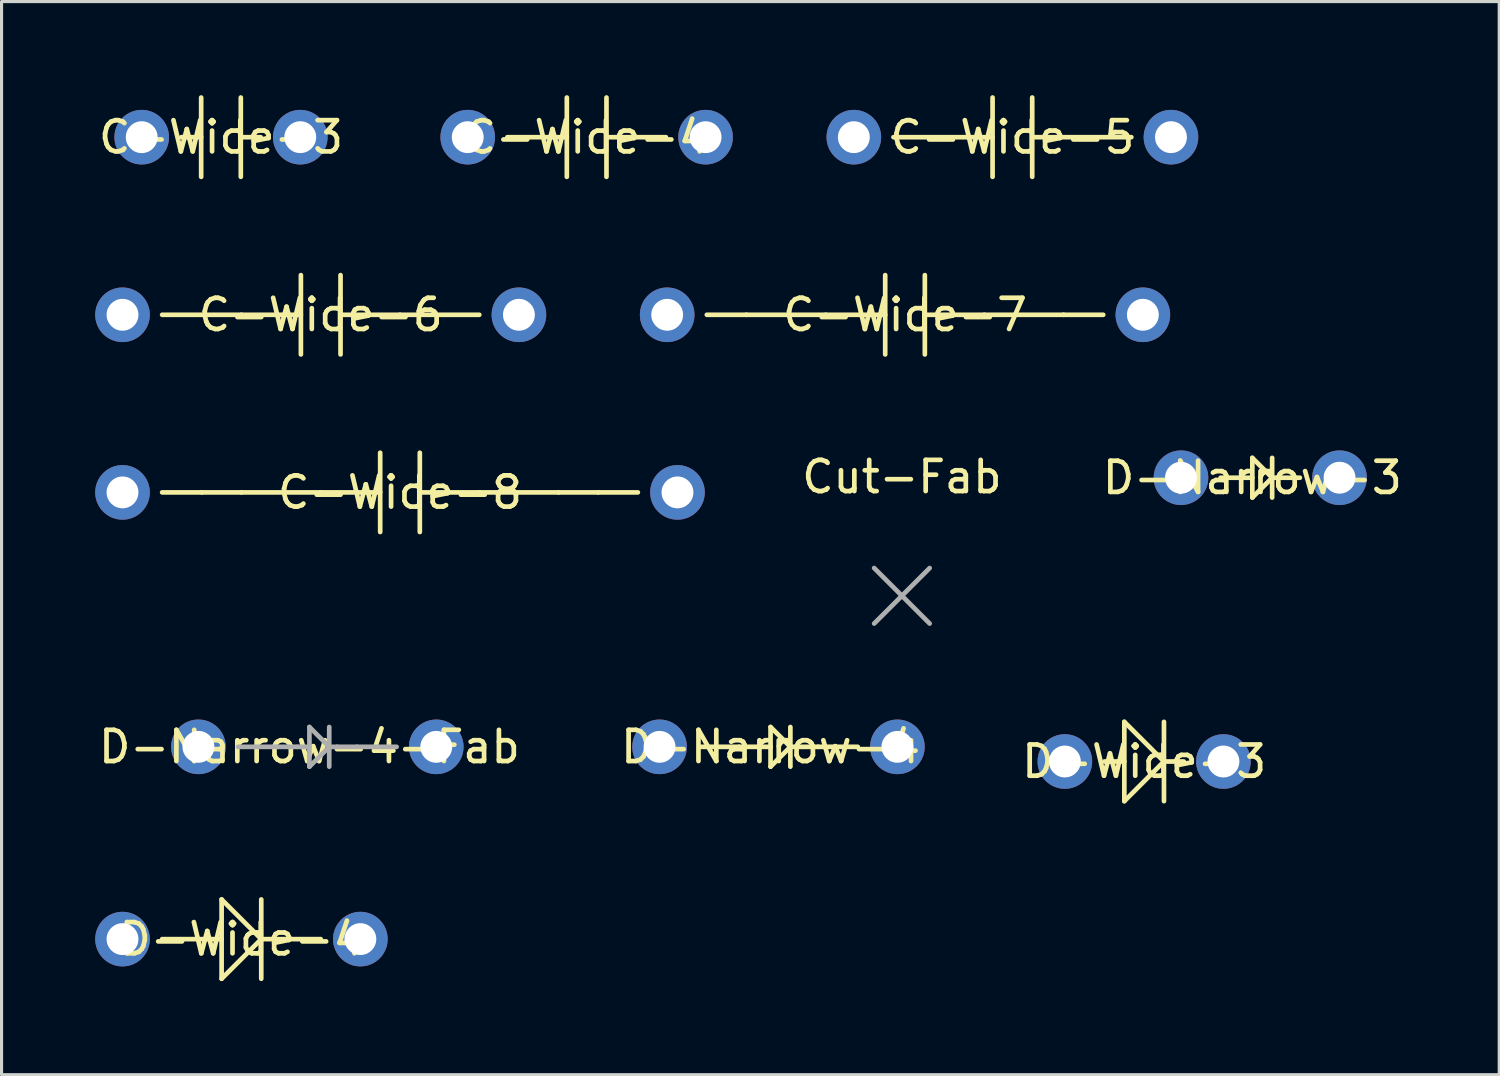
<source format=kicad_pcb>
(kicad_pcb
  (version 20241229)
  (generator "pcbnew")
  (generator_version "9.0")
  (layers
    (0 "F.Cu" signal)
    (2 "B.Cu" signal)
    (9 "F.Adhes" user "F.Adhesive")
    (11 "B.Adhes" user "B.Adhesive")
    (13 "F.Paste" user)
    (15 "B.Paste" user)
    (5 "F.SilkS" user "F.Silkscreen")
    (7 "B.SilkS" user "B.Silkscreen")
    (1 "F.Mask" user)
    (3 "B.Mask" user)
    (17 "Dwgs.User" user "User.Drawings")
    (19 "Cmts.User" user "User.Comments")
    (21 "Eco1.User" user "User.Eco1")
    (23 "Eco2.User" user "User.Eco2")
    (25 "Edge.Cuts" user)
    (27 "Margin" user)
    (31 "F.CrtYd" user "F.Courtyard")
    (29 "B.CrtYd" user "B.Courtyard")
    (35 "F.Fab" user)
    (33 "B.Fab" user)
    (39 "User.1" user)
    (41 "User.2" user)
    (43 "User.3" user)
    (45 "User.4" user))
  (footprint "D-Wide-4"
    (layer "F.Cu")
    (at 0.875 27.037)
    (property "Reference" "D-Wide-4" (at 3.81 0 0) (layer "F.SilkS") (effects (font (size 1 1) (thickness 0.15))))
    (attr through_hole)
    (fp_line (start 3.175 -1.27) (end 3.175 1.27) (stroke (width 0.15) (type solid)) (layer "F.SilkS"))
    (fp_line (start 3.175 0) (end 1.27 0) (stroke (width 0.15) (type solid)) (layer "F.SilkS"))
    (fp_line (start 4.445 -1.27) (end 4.445 1.27) (stroke (width 0.15) (type solid)) (layer "F.SilkS"))
    (fp_line (start 4.445 0) (end 3.175 -1.27) (stroke (width 0.15) (type solid)) (layer "F.SilkS"))
    (fp_line (start 4.445 0) (end 3.175 1.27) (stroke (width 0.15) (type solid)) (layer "F.SilkS"))
    (fp_line (start 4.445 0) (end 6.35 0) (stroke (width 0.15) (type solid)) (layer "F.SilkS"))
    (pad "1" thru_hole circle (at 0 0) (size 1.75 1.75) (drill 1.02) (layers "B.Cu" "B.Mask"))
    (pad "1" thru_hole circle (at 7.62 0) (size 1.75 1.75) (drill 1.02) (layers "B.Cu" "B.Mask")))
  (footprint "D-Narrow-3"
    (layer "F.Cu")
    (at 34.786 12.255)
    (property "Reference" "D-Narrow-3" (at 2.286 0 0) (layer "F.SilkS") (effects (font (size 1 1) (thickness 0.15))))
    (attr through_hole)
    (fp_line (start 1.905 0) (end 1.27 0) (stroke (width 0.15) (type solid)) (layer "F.SilkS"))
    (fp_line (start 2.286 0) (end 1.905 0) (stroke (width 0.15) (type solid)) (layer "F.SilkS"))
    (fp_line (start 2.286 0.635) (end 2.286 -0.635) (stroke (width 0.15) (type solid)) (layer "F.SilkS"))
    (fp_line (start 2.921 -0.635) (end 2.921 0.635) (stroke (width 0.15) (type solid)) (layer "F.SilkS"))
    (fp_line (start 2.921 0) (end 2.286 -0.635) (stroke (width 0.15) (type solid)) (layer "F.SilkS"))
    (fp_line (start 2.921 0) (end 2.286 0.635) (stroke (width 0.15) (type solid)) (layer "F.SilkS"))
    (fp_line (start 3.175 0) (end 2.921 0) (stroke (width 0.15) (type solid)) (layer "F.SilkS"))
    (fp_line (start 3.175 0) (end 3.81 0) (stroke (width 0.15) (type solid)) (layer "F.SilkS"))
    (pad "1" thru_hole circle (at 0 0) (size 1.75 1.75) (drill 1.02) (layers "B.Cu" "B.Mask"))
    (pad "1" thru_hole circle (at 5.08 0) (size 1.75 1.75) (drill 1.02) (layers "B.Cu" "B.Mask")))
  (footprint "D-Wide-3"
    (layer "F.Cu")
    (at 31.066 21.347)
    (property "Reference" "D-Wide-3" (at 2.54 0 0) (layer "F.SilkS") (effects (font (size 1 1) (thickness 0.15))))
    (attr through_hole)
    (fp_line (start 1.905 -1.27) (end 1.905 1.27) (stroke (width 0.15) (type solid)) (layer "F.SilkS"))
    (fp_line (start 1.905 0) (end 1.27 0) (stroke (width 0.15) (type solid)) (layer "F.SilkS"))
    (fp_line (start 3.175 -1.27) (end 3.175 1.27) (stroke (width 0.15) (type solid)) (layer "F.SilkS"))
    (fp_line (start 3.175 0) (end 1.905 -1.27) (stroke (width 0.15) (type solid)) (layer "F.SilkS"))
    (fp_line (start 3.175 0) (end 1.905 1.27) (stroke (width 0.15) (type solid)) (layer "F.SilkS"))
    (fp_line (start 3.175 0) (end 3.81 0) (stroke (width 0.15) (type solid)) (layer "F.SilkS"))
    (pad "1" thru_hole circle (at 0 0) (size 1.75 1.75) (drill 1.02) (layers "B.Cu" "B.Mask"))
    (pad "1" thru_hole circle (at 5.08 0) (size 1.75 1.75) (drill 1.02) (layers "B.Cu" "B.Mask")))
  (footprint "C-Wide-4"
    (layer "F.Cu")
    (at 11.935 1.345)
    (property "Reference" "C-Wide-4" (at 3.81 0 0) (layer "F.SilkS") (effects (font (size 1 1) (thickness 0.15))))
    (attr through_hole)
    (fp_line (start 3.175 -1.27) (end 3.175 1.27) (stroke (width 0.15) (type solid)) (layer "F.SilkS"))
    (fp_line (start 3.175 0) (end 1.27 0) (stroke (width 0.15) (type solid)) (layer "F.SilkS"))
    (fp_line (start 4.445 -1.27) (end 4.445 1.27) (stroke (width 0.15) (type solid)) (layer "F.SilkS"))
    (fp_line (start 4.445 0) (end 6.35 0) (stroke (width 0.15) (type solid)) (layer "F.SilkS"))
    (pad "1" thru_hole circle (at 0 0) (size 1.75 1.75) (drill 1.02) (layers "B.Cu" "B.Mask"))
    (pad "1" thru_hole circle (at 7.62 0) (size 1.75 1.75) (drill 1.02) (layers "B.Cu" "B.Mask")))
  (footprint "Cut-Fab"
    (layer "F.Cu")
    (at 25.845 16.038)
    (property "Reference" "Cut-Fab" (at 0 -3.81 0) (layer "F.SilkS") (effects (font (size 1 1) (thickness 0.15))))
    (attr through_hole)
    (fp_line (start -0.889 -0.889) (end 0.889 0.889) (stroke (width 0.15) (type solid)) (layer "F.Fab"))
    (fp_line (start 0.889 -0.889) (end -0.889 0.889) (stroke (width 0.15) (type solid)) (layer "F.Fab")))
  (footprint "C-Wide-8"
    (layer "F.Cu")
    (at 0.875 12.725)
    (property "Reference" "C-Wide-8" (at 8.89 0 0) (layer "F.SilkS") (effects (font (size 1 1) (thickness 0.15))))
    (attr through_hole)
    (fp_line (start 2.54 0) (end 1.27 0) (stroke (width 0.15) (type solid)) (layer "F.SilkS"))
    (fp_line (start 3.81 0) (end 2.54 0) (stroke (width 0.15) (type solid)) (layer "F.SilkS"))
    (fp_line (start 6.35 0) (end 3.81 0) (stroke (width 0.15) (type solid)) (layer "F.SilkS"))
    (fp_line (start 6.35 0) (end 8.255 0) (stroke (width 0.15) (type solid)) (layer "F.SilkS"))
    (fp_line (start 8.255 -1.27) (end 8.255 1.27) (stroke (width 0.15) (type solid)) (layer "F.SilkS"))
    (fp_line (start 9.525 -1.27) (end 9.525 1.27) (stroke (width 0.15) (type solid)) (layer "F.SilkS"))
    (fp_line (start 11.43 0) (end 9.525 0) (stroke (width 0.15) (type solid)) (layer "F.SilkS"))
    (fp_line (start 11.43 0) (end 13.97 0) (stroke (width 0.15) (type solid)) (layer "F.SilkS"))
    (fp_line (start 13.97 0) (end 15.24 0) (stroke (width 0.15) (type solid)) (layer "F.SilkS"))
    (fp_line (start 15.24 0) (end 16.51 0) (stroke (width 0.15) (type solid)) (layer "F.SilkS"))
    (pad "1" thru_hole circle (at 0 0) (size 1.75 1.75) (drill 1.02) (layers "B.Cu" "B.Mask"))
    (pad "1" thru_hole circle (at 17.78 0) (size 1.75 1.75) (drill 1.02) (layers "B.Cu" "B.Mask")))
  (footprint "C-Wide-7"
    (layer "F.Cu")
    (at 18.325 7.035)
    (property "Reference" "C-Wide-7" (at 7.62 0 0) (layer "F.SilkS") (effects (font (size 1 1) (thickness 0.15))))
    (attr through_hole)
    (fp_line (start 2.54 0) (end 1.27 0) (stroke (width 0.15) (type solid)) (layer "F.SilkS"))
    (fp_line (start 5.08 0) (end 2.54 0) (stroke (width 0.15) (type solid)) (layer "F.SilkS"))
    (fp_line (start 5.08 0) (end 6.985 0) (stroke (width 0.15) (type solid)) (layer "F.SilkS"))
    (fp_line (start 6.985 -1.27) (end 6.985 1.27) (stroke (width 0.15) (type solid)) (layer "F.SilkS"))
    (fp_line (start 8.255 -1.27) (end 8.255 1.27) (stroke (width 0.15) (type solid)) (layer "F.SilkS"))
    (fp_line (start 10.16 0) (end 8.255 0) (stroke (width 0.15) (type solid)) (layer "F.SilkS"))
    (fp_line (start 10.16 0) (end 12.7 0) (stroke (width 0.15) (type solid)) (layer "F.SilkS"))
    (fp_line (start 12.7 0) (end 13.97 0) (stroke (width 0.15) (type solid)) (layer "F.SilkS"))
    (pad "1" thru_hole circle (at 0 0) (size 1.75 1.75) (drill 1.02) (layers "B.Cu" "B.Mask"))
    (pad "1" thru_hole circle (at 15.24 0) (size 1.75 1.75) (drill 1.02) (layers "B.Cu" "B.Mask")))
  (footprint "D-Narrow-4"
    (layer "F.Cu")
    (at 18.081 20.877)
    (property "Reference" "D-Narrow-4" (at 3.556 0 0) (layer "F.SilkS") (effects (font (size 1 1) (thickness 0.15))))
    (attr through_hole)
    (fp_line (start 2.54 0) (end 1.27 0) (stroke (width 0.15) (type solid)) (layer "F.SilkS"))
    (fp_line (start 3.175 0) (end 2.54 0) (stroke (width 0.15) (type solid)) (layer "F.SilkS"))
    (fp_line (start 3.556 0) (end 3.175 0) (stroke (width 0.15) (type solid)) (layer "F.SilkS"))
    (fp_line (start 3.556 0.635) (end 3.556 -0.635) (stroke (width 0.15) (type solid)) (layer "F.SilkS"))
    (fp_line (start 4.191 -0.635) (end 4.191 0.635) (stroke (width 0.15) (type solid)) (layer "F.SilkS"))
    (fp_line (start 4.191 0) (end 3.556 -0.635) (stroke (width 0.15) (type solid)) (layer "F.SilkS"))
    (fp_line (start 4.191 0) (end 3.556 0.635) (stroke (width 0.15) (type solid)) (layer "F.SilkS"))
    (fp_line (start 4.445 0) (end 4.191 0) (stroke (width 0.15) (type solid)) (layer "F.SilkS"))
    (fp_line (start 4.445 0) (end 5.08 0) (stroke (width 0.15) (type solid)) (layer "F.SilkS"))
    (fp_line (start 5.08 0) (end 6.35 0) (stroke (width 0.15) (type solid)) (layer "F.SilkS"))
    (pad "1" thru_hole circle (at 0 0) (size 1.75 1.75) (drill 1.02) (layers "B.Cu" "B.Mask"))
    (pad "1" thru_hole circle (at 7.62 0) (size 1.75 1.75) (drill 1.02) (layers "B.Cu" "B.Mask")))
  (footprint "C-Wide-5"
    (layer "F.Cu")
    (at 24.305 1.345)
    (property "Reference" "C-Wide-5" (at 5.08 0 0) (layer "F.SilkS") (effects (font (size 1 1) (thickness 0.15))))
    (attr through_hole)
    (fp_line (start 4.445 -1.27) (end 4.445 1.27) (stroke (width 0.15) (type solid)) (layer "F.SilkS"))
    (fp_line (start 4.445 0) (end 1.27 0) (stroke (width 0.15) (type solid)) (layer "F.SilkS"))
    (fp_line (start 5.715 -1.27) (end 5.715 1.27) (stroke (width 0.15) (type solid)) (layer "F.SilkS"))
    (fp_line (start 5.715 0) (end 8.89 0) (stroke (width 0.15) (type solid)) (layer "F.SilkS"))
    (pad "1" thru_hole circle (at 0 0) (size 1.75 1.75) (drill 1.02) (layers "B.Cu" "B.Mask"))
    (pad "1" thru_hole circle (at 10.16 0) (size 1.75 1.75) (drill 1.02) (layers "B.Cu" "B.Mask")))
  (footprint "C-Wide-6"
    (layer "F.Cu")
    (at 0.875 7.035)
    (property "Reference" "C-Wide-6" (at 6.35 0 0) (layer "F.SilkS") (effects (font (size 1 1) (thickness 0.15))))
    (attr through_hole)
    (fp_line (start 3.81 0) (end 1.27 0) (stroke (width 0.15) (type solid)) (layer "F.SilkS"))
    (fp_line (start 3.81 0) (end 5.715 0) (stroke (width 0.15) (type solid)) (layer "F.SilkS"))
    (fp_line (start 5.715 -1.27) (end 5.715 1.27) (stroke (width 0.15) (type solid)) (layer "F.SilkS"))
    (fp_line (start 6.985 -1.27) (end 6.985 1.27) (stroke (width 0.15) (type solid)) (layer "F.SilkS"))
    (fp_line (start 8.89 0) (end 6.985 0) (stroke (width 0.15) (type solid)) (layer "F.SilkS"))
    (fp_line (start 8.89 0) (end 11.43 0) (stroke (width 0.15) (type solid)) (layer "F.SilkS"))
    (pad "1" thru_hole circle (at 0 0) (size 1.75 1.75) (drill 1.02) (layers "B.Cu" "B.Mask"))
    (pad "1" thru_hole circle (at 12.7 0) (size 1.75 1.75) (drill 1.02) (layers "B.Cu" "B.Mask")))
  (footprint "D-Narrow-4-Fab"
    (layer "F.Cu")
    (at 3.307 20.877)
    (property "Reference" "D-Narrow-4-Fab" (at 3.556 0 0) (layer "F.SilkS") (effects (font (size 1 1) (thickness 0.15))))
    (attr through_hole)
    (fp_line (start 2.54 0) (end 1.27 0) (stroke (width 0.15) (type solid)) (layer "F.Fab"))
    (fp_line (start 3.175 0) (end 2.54 0) (stroke (width 0.15) (type solid)) (layer "F.Fab"))
    (fp_line (start 3.556 0) (end 3.175 0) (stroke (width 0.15) (type solid)) (layer "F.Fab"))
    (fp_line (start 3.556 0.635) (end 3.556 -0.635) (stroke (width 0.15) (type solid)) (layer "F.Fab"))
    (fp_line (start 4.191 -0.635) (end 4.191 0.635) (stroke (width 0.15) (type solid)) (layer "F.Fab"))
    (fp_line (start 4.191 0) (end 3.556 -0.635) (stroke (width 0.15) (type solid)) (layer "F.Fab"))
    (fp_line (start 4.191 0) (end 3.556 0.635) (stroke (width 0.15) (type solid)) (layer "F.Fab"))
    (fp_line (start 4.445 0) (end 4.191 0) (stroke (width 0.15) (type solid)) (layer "F.Fab"))
    (fp_line (start 4.445 0) (end 5.08 0) (stroke (width 0.15) (type solid)) (layer "F.Fab"))
    (fp_line (start 5.08 0) (end 6.35 0) (stroke (width 0.15) (type solid)) (layer "F.Fab"))
    (pad "1" thru_hole circle (at 0 0) (size 1.75 1.75) (drill 1.02) (layers "B.Cu" "B.Mask"))
    (pad "1" thru_hole circle (at 7.62 0) (size 1.75 1.75) (drill 1.02) (layers "B.Cu" "B.Mask")))
  (footprint "C-Wide-3"
    (layer "F.Cu")
    (at 1.49 1.345)
    (property "Reference" "C-Wide-3" (at 2.54 0 0) (layer "F.SilkS") (effects (font (size 1 1) (thickness 0.15))))
    (attr through_hole)
    (fp_line (start 1.905 -1.27) (end 1.905 1.27) (stroke (width 0.15) (type solid)) (layer "F.SilkS"))
    (fp_line (start 1.905 0) (end 1.27 0) (stroke (width 0.15) (type solid)) (layer "F.SilkS"))
    (fp_line (start 3.175 -1.27) (end 3.175 1.27) (stroke (width 0.15) (type solid)) (layer "F.SilkS"))
    (fp_line (start 3.175 0) (end 3.81 0) (stroke (width 0.15) (type solid)) (layer "F.SilkS"))
    (pad "1" thru_hole circle (at 0 0) (size 1.75 1.75) (drill 1.02) (layers "B.Cu" "B.Mask"))
    (pad "1" thru_hole circle (at 5.08 0) (size 1.75 1.75) (drill 1.02) (layers "B.Cu" "B.Mask")))
  (gr_rect
    (start -3 -3)
    (end 44.982 31.382)
    (stroke (width 0.1) (type default))
    (fill no)
    (layer "Edge.Cuts")))
</source>
